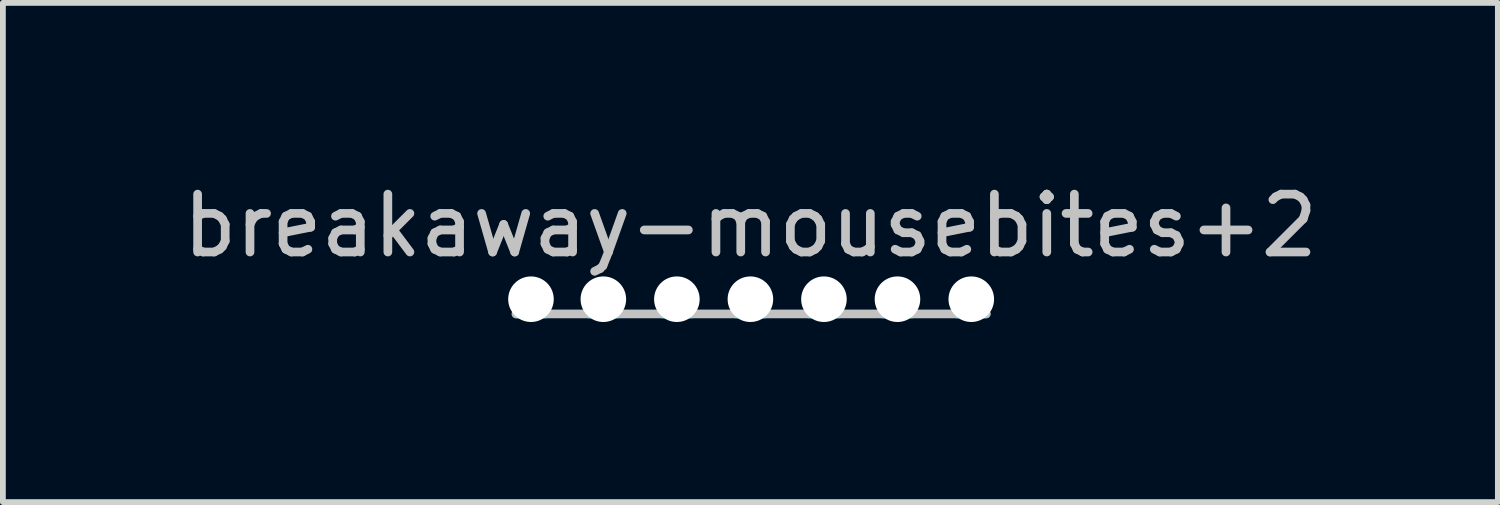
<source format=kicad_pcb>
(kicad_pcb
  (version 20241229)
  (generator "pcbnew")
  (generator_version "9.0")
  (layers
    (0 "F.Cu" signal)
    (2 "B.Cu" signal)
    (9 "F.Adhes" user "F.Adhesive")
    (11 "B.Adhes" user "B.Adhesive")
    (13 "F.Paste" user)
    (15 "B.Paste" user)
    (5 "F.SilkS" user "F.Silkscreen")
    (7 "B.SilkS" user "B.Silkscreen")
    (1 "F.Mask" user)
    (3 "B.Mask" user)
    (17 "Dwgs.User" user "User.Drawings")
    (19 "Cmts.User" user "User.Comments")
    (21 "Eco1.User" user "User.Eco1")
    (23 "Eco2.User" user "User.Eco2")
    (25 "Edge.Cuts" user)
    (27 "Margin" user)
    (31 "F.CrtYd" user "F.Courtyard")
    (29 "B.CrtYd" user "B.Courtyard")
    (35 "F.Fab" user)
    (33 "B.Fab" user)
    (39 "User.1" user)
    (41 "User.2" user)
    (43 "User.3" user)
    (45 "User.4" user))
  (footprint "breakaway-mousebites+2"
    (layer "F.Cu")
    (at 9.911 2.372)
    (property "Reference" "breakaway-mousebites+2" (at 0 -1.524 0) (layer "Dwgs.User") (effects (font (size 1 1) (thickness 0.15))))
    (attr exclude_from_pos_files exclude_from_bom)
    (fp_line (start -4.05 0) (end 4.075 0) (stroke (width 0.15) (type solid)) (layer "Dwgs.User"))
    (fp_line (start -3.536 0) (end -4.044 0) (stroke (width 0.15) (type solid)) (layer "B.CrtYd"))
    (fp_line (start -2.286 0) (end -2.794 0) (stroke (width 0.15) (type solid)) (layer "B.CrtYd"))
    (fp_line (start -1.016 0) (end -1.524 0) (stroke (width 0.15) (type solid)) (layer "B.CrtYd"))
    (fp_line (start 0.254 0) (end -0.254 0) (stroke (width 0.15) (type solid)) (layer "B.CrtYd"))
    (fp_line (start 1.016 0) (end 1.524 0) (stroke (width 0.15) (type solid)) (layer "B.CrtYd"))
    (fp_line (start 2.286 0) (end 2.794 0) (stroke (width 0.15) (type solid)) (layer "B.CrtYd"))
    (fp_line (start 3.561 0) (end 4.069 0) (stroke (width 0.15) (type solid)) (layer "B.CrtYd"))
    (pad "" np_thru_hole circle (at -3.79 -0.254) (size 0.787 0.787) (drill 0.787) (layers "*.Cu" "*.Mask"))
    (pad "" np_thru_hole circle (at -2.54 -0.254) (size 0.787 0.787) (drill 0.787) (layers "*.Cu" "*.Mask"))
    (pad "" np_thru_hole circle (at -1.27 -0.254) (size 0.787 0.787) (drill 0.787) (layers "*.Cu" "*.Mask"))
    (pad "" np_thru_hole circle (at 0 -0.254) (size 0.787 0.787) (drill 0.787) (layers "*.Cu" "*.Mask"))
    (pad "" np_thru_hole circle (at 1.27 -0.254) (size 0.787 0.787) (drill 0.787) (layers "*.Cu" "*.Mask"))
    (pad "" np_thru_hole circle (at 2.54 -0.254) (size 0.787 0.787) (drill 0.787) (layers "*.Cu" "*.Mask"))
    (pad "" np_thru_hole circle (at 3.815 -0.254) (size 0.787 0.787) (drill 0.787) (layers "*.Cu" "*.Mask")))
  (gr_rect
    (start -3 -3)
    (end 22.821 5.622)
    (stroke (width 0.1) (type default))
    (fill no)
    (layer "Edge.Cuts")))
</source>
